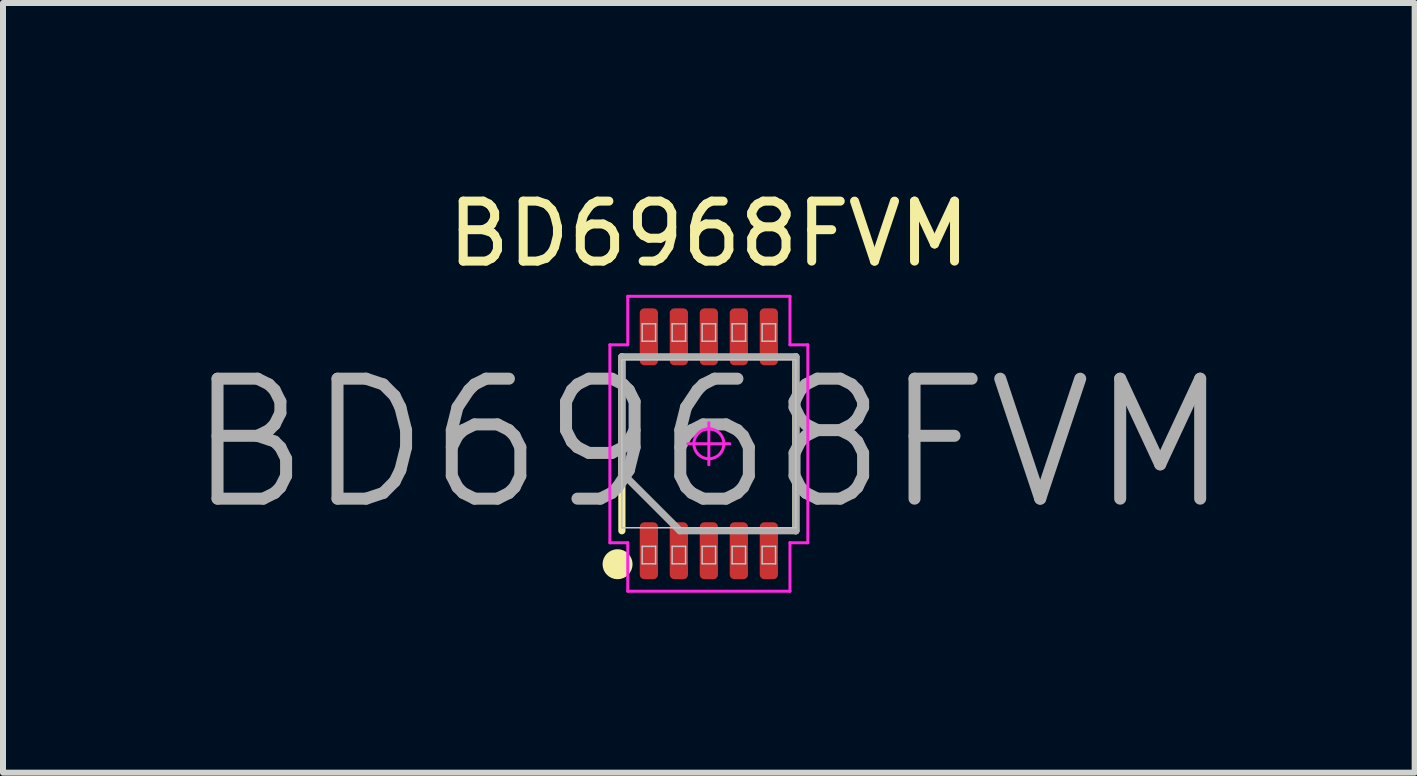
<source format=kicad_pcb>
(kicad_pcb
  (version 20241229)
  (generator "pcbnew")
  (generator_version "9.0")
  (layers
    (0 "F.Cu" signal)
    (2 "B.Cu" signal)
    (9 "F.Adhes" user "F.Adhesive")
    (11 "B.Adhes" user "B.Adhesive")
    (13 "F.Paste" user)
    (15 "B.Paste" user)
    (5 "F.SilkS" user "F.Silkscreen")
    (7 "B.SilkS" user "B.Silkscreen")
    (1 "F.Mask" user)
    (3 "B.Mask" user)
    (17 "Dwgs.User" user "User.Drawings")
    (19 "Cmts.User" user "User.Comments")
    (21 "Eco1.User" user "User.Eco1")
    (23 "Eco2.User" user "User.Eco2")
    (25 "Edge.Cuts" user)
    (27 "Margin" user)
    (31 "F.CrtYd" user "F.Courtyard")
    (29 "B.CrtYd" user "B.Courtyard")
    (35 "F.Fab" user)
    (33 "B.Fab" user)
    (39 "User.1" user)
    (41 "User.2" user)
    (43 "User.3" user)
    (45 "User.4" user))
  (footprint "BD6968FVM"
    (layer "F.Cu")
    (at 8.767 4.348)
    (property "Reference" "BD6968FVM" (at 0 -3.5 0) (layer "F.SilkS") (effects (font (size 1 1) (thickness 0.15))))
    (attr smd)
    (fp_line (start -1.45 1.45) (end -1.45 -1.45) (stroke (width 0.12) (type solid)) (layer "F.SilkS"))
    (fp_line (start 1.45 1.45) (end 1.45 -1.45) (stroke (width 0.12) (type solid)) (layer "F.SilkS"))
    (fp_circle (center -1.522 2.008) (end -1.522 2.133) (stroke (width 0.25) (type solid)) (fill no) (layer "F.SilkS"))
    (fp_line (start -1.45 -1.4) (end 1.45 -1.4) (stroke (width 0.025) (type solid)) (layer "Dwgs.User"))
    (fp_line (start -1.45 1.4) (end -1.45 -1.4) (stroke (width 0.025) (type solid)) (layer "Dwgs.User"))
    (fp_line (start -1.112 -2) (end -0.888 -2) (stroke (width 0.025) (type solid)) (layer "Dwgs.User"))
    (fp_line (start -1.112 -1.71) (end -1.112 -2) (stroke (width 0.025) (type solid)) (layer "Dwgs.User"))
    (fp_line (start -1.112 1.71) (end -0.888 1.71) (stroke (width 0.025) (type solid)) (layer "Dwgs.User"))
    (fp_line (start -1.112 2) (end -1.112 1.71) (stroke (width 0.025) (type solid)) (layer "Dwgs.User"))
    (fp_line (start -0.888 -2) (end -0.888 -1.71) (stroke (width 0.025) (type solid)) (layer "Dwgs.User"))
    (fp_line (start -0.888 -1.71) (end -1.112 -1.71) (stroke (width 0.025) (type solid)) (layer "Dwgs.User"))
    (fp_line (start -0.888 1.71) (end -0.888 2) (stroke (width 0.025) (type solid)) (layer "Dwgs.User"))
    (fp_line (start -0.888 2) (end -1.112 2) (stroke (width 0.025) (type solid)) (layer "Dwgs.User"))
    (fp_line (start -0.612 -2) (end -0.388 -2) (stroke (width 0.025) (type solid)) (layer "Dwgs.User"))
    (fp_line (start -0.612 -1.71) (end -0.612 -2) (stroke (width 0.025) (type solid)) (layer "Dwgs.User"))
    (fp_line (start -0.612 1.71) (end -0.388 1.71) (stroke (width 0.025) (type solid)) (layer "Dwgs.User"))
    (fp_line (start -0.612 2) (end -0.612 1.71) (stroke (width 0.025) (type solid)) (layer "Dwgs.User"))
    (fp_line (start -0.388 -2) (end -0.388 -1.71) (stroke (width 0.025) (type solid)) (layer "Dwgs.User"))
    (fp_line (start -0.388 -1.71) (end -0.612 -1.71) (stroke (width 0.025) (type solid)) (layer "Dwgs.User"))
    (fp_line (start -0.388 1.71) (end -0.388 2) (stroke (width 0.025) (type solid)) (layer "Dwgs.User"))
    (fp_line (start -0.388 2) (end -0.612 2) (stroke (width 0.025) (type solid)) (layer "Dwgs.User"))
    (fp_line (start -0.112 -2) (end 0.112 -2) (stroke (width 0.025) (type solid)) (layer "Dwgs.User"))
    (fp_line (start -0.112 -1.71) (end -0.112 -2) (stroke (width 0.025) (type solid)) (layer "Dwgs.User"))
    (fp_line (start -0.112 1.71) (end 0.112 1.71) (stroke (width 0.025) (type solid)) (layer "Dwgs.User"))
    (fp_line (start -0.112 2) (end -0.112 1.71) (stroke (width 0.025) (type solid)) (layer "Dwgs.User"))
    (fp_line (start 0.112 -2) (end 0.112 -1.71) (stroke (width 0.025) (type solid)) (layer "Dwgs.User"))
    (fp_line (start 0.112 -1.71) (end -0.112 -1.71) (stroke (width 0.025) (type solid)) (layer "Dwgs.User"))
    (fp_line (start 0.112 1.71) (end 0.112 2) (stroke (width 0.025) (type solid)) (layer "Dwgs.User"))
    (fp_line (start 0.112 2) (end -0.112 2) (stroke (width 0.025) (type solid)) (layer "Dwgs.User"))
    (fp_line (start 0.388 -2) (end 0.612 -2) (stroke (width 0.025) (type solid)) (layer "Dwgs.User"))
    (fp_line (start 0.388 -1.71) (end 0.388 -2) (stroke (width 0.025) (type solid)) (layer "Dwgs.User"))
    (fp_line (start 0.388 1.71) (end 0.612 1.71) (stroke (width 0.025) (type solid)) (layer "Dwgs.User"))
    (fp_line (start 0.388 2) (end 0.388 1.71) (stroke (width 0.025) (type solid)) (layer "Dwgs.User"))
    (fp_line (start 0.612 -2) (end 0.612 -1.71) (stroke (width 0.025) (type solid)) (layer "Dwgs.User"))
    (fp_line (start 0.612 -1.71) (end 0.388 -1.71) (stroke (width 0.025) (type solid)) (layer "Dwgs.User"))
    (fp_line (start 0.612 1.71) (end 0.612 2) (stroke (width 0.025) (type solid)) (layer "Dwgs.User"))
    (fp_line (start 0.612 2) (end 0.388 2) (stroke (width 0.025) (type solid)) (layer "Dwgs.User"))
    (fp_line (start 0.888 -2) (end 1.112 -2) (stroke (width 0.025) (type solid)) (layer "Dwgs.User"))
    (fp_line (start 0.888 -1.71) (end 0.888 -2) (stroke (width 0.025) (type solid)) (layer "Dwgs.User"))
    (fp_line (start 0.888 1.71) (end 1.112 1.71) (stroke (width 0.025) (type solid)) (layer "Dwgs.User"))
    (fp_line (start 0.888 2) (end 0.888 1.71) (stroke (width 0.025) (type solid)) (layer "Dwgs.User"))
    (fp_line (start 1.112 -2) (end 1.112 -1.71) (stroke (width 0.025) (type solid)) (layer "Dwgs.User"))
    (fp_line (start 1.112 -1.71) (end 0.888 -1.71) (stroke (width 0.025) (type solid)) (layer "Dwgs.User"))
    (fp_line (start 1.112 1.71) (end 1.112 2) (stroke (width 0.025) (type solid)) (layer "Dwgs.User"))
    (fp_line (start 1.112 2) (end 0.888 2) (stroke (width 0.025) (type solid)) (layer "Dwgs.User"))
    (fp_line (start 1.45 -1.4) (end 1.45 1.4) (stroke (width 0.025) (type solid)) (layer "Dwgs.User"))
    (fp_line (start 1.45 1.4) (end -1.45 1.4) (stroke (width 0.025) (type solid)) (layer "Dwgs.User"))
    (fp_line (start -1.65 -1.65) (end -1.65 1.65) (stroke (width 0.05) (type solid)) (layer "F.CrtYd"))
    (fp_line (start -1.65 1.65) (end -1.352 1.65) (stroke (width 0.05) (type solid)) (layer "F.CrtYd"))
    (fp_line (start -1.352 -2.458) (end -1.352 -1.65) (stroke (width 0.05) (type solid)) (layer "F.CrtYd"))
    (fp_line (start -1.352 -1.65) (end -1.65 -1.65) (stroke (width 0.05) (type solid)) (layer "F.CrtYd"))
    (fp_line (start -1.352 1.65) (end -1.352 2.458) (stroke (width 0.05) (type solid)) (layer "F.CrtYd"))
    (fp_line (start -1.352 2.458) (end 1.352 2.458) (stroke (width 0.05) (type solid)) (layer "F.CrtYd"))
    (fp_line (start -0.35 0) (end 0.35 0) (stroke (width 0.05) (type solid)) (layer "F.CrtYd"))
    (fp_line (start 0 -0.35) (end 0 0.35) (stroke (width 0.05) (type solid)) (layer "F.CrtYd"))
    (fp_line (start 1.352 -2.458) (end -1.352 -2.458) (stroke (width 0.05) (type solid)) (layer "F.CrtYd"))
    (fp_line (start 1.352 -1.65) (end 1.352 -2.458) (stroke (width 0.05) (type solid)) (layer "F.CrtYd"))
    (fp_line (start 1.352 1.65) (end 1.65 1.65) (stroke (width 0.05) (type solid)) (layer "F.CrtYd"))
    (fp_line (start 1.352 2.458) (end 1.352 1.65) (stroke (width 0.05) (type solid)) (layer "F.CrtYd"))
    (fp_line (start 1.65 -1.65) (end 1.352 -1.65) (stroke (width 0.05) (type solid)) (layer "F.CrtYd"))
    (fp_line (start 1.65 1.65) (end 1.65 -1.65) (stroke (width 0.05) (type solid)) (layer "F.CrtYd"))
    (fp_circle (center 0 0) (end 0 0.25) (stroke (width 0.05) (type solid)) (fill no) (layer "F.CrtYd"))
    (fp_line (start -1.45 -1.45) (end 1.45 -1.45) (stroke (width 0.12) (type solid)) (layer "F.Fab"))
    (fp_line (start -1.45 0.483) (end -1.45 -1.45) (stroke (width 0.12) (type solid)) (layer "F.Fab"))
    (fp_line (start -0.483 1.45) (end -1.45 0.483) (stroke (width 0.12) (type solid)) (layer "F.Fab"))
    (fp_line (start 1.45 -1.45) (end 1.45 1.45) (stroke (width 0.12) (type solid)) (layer "F.Fab"))
    (fp_line (start 1.45 1.45) (end -0.483 1.45) (stroke (width 0.12) (type solid)) (layer "F.Fab"))
    (fp_text user "${REFERENCE}" (at 0 0 0) (layer "F.Fab") (effects (font (size 2 2) (thickness 0.2))))
    (pad "1" smd roundrect (at -1 1.783 90) (size 0.949 0.304) (layers "F.Cu" "F.Mask" "F.Paste") (roundrect_rratio 0.25))
    (pad "2" smd roundrect (at -0.5 1.783 90) (size 0.949 0.304) (layers "F.Cu" "F.Mask" "F.Paste") (roundrect_rratio 0.25))
    (pad "3" smd roundrect (at 0 1.783 90) (size 0.949 0.304) (layers "F.Cu" "F.Mask" "F.Paste") (roundrect_rratio 0.25))
    (pad "4" smd roundrect (at 0.5 1.783 90) (size 0.949 0.304) (layers "F.Cu" "F.Mask" "F.Paste") (roundrect_rratio 0.25))
    (pad "5" smd roundrect (at 1 1.783 90) (size 0.949 0.304) (layers "F.Cu" "F.Mask" "F.Paste") (roundrect_rratio 0.25))
    (pad "6" smd roundrect (at 1 -1.783 90) (size 0.949 0.304) (layers "F.Cu" "F.Mask" "F.Paste") (roundrect_rratio 0.25))
    (pad "7" smd roundrect (at 0.5 -1.783 90) (size 0.949 0.304) (layers "F.Cu" "F.Mask" "F.Paste") (roundrect_rratio 0.25))
    (pad "8" smd roundrect (at 0 -1.783 90) (size 0.949 0.304) (layers "F.Cu" "F.Mask" "F.Paste") (roundrect_rratio 0.25))
    (pad "9" smd roundrect (at -0.5 -1.783 90) (size 0.949 0.304) (layers "F.Cu" "F.Mask" "F.Paste") (roundrect_rratio 0.25))
    (pad "10" smd roundrect (at -1 -1.783 90) (size 0.949 0.304) (layers "F.Cu" "F.Mask" "F.Paste") (roundrect_rratio 0.25)))
  (gr_rect
    (start -3 -3)
    (end 20.533 9.831)
    (stroke (width 0.1) (type default))
    (fill no)
    (layer "Edge.Cuts")))
</source>
